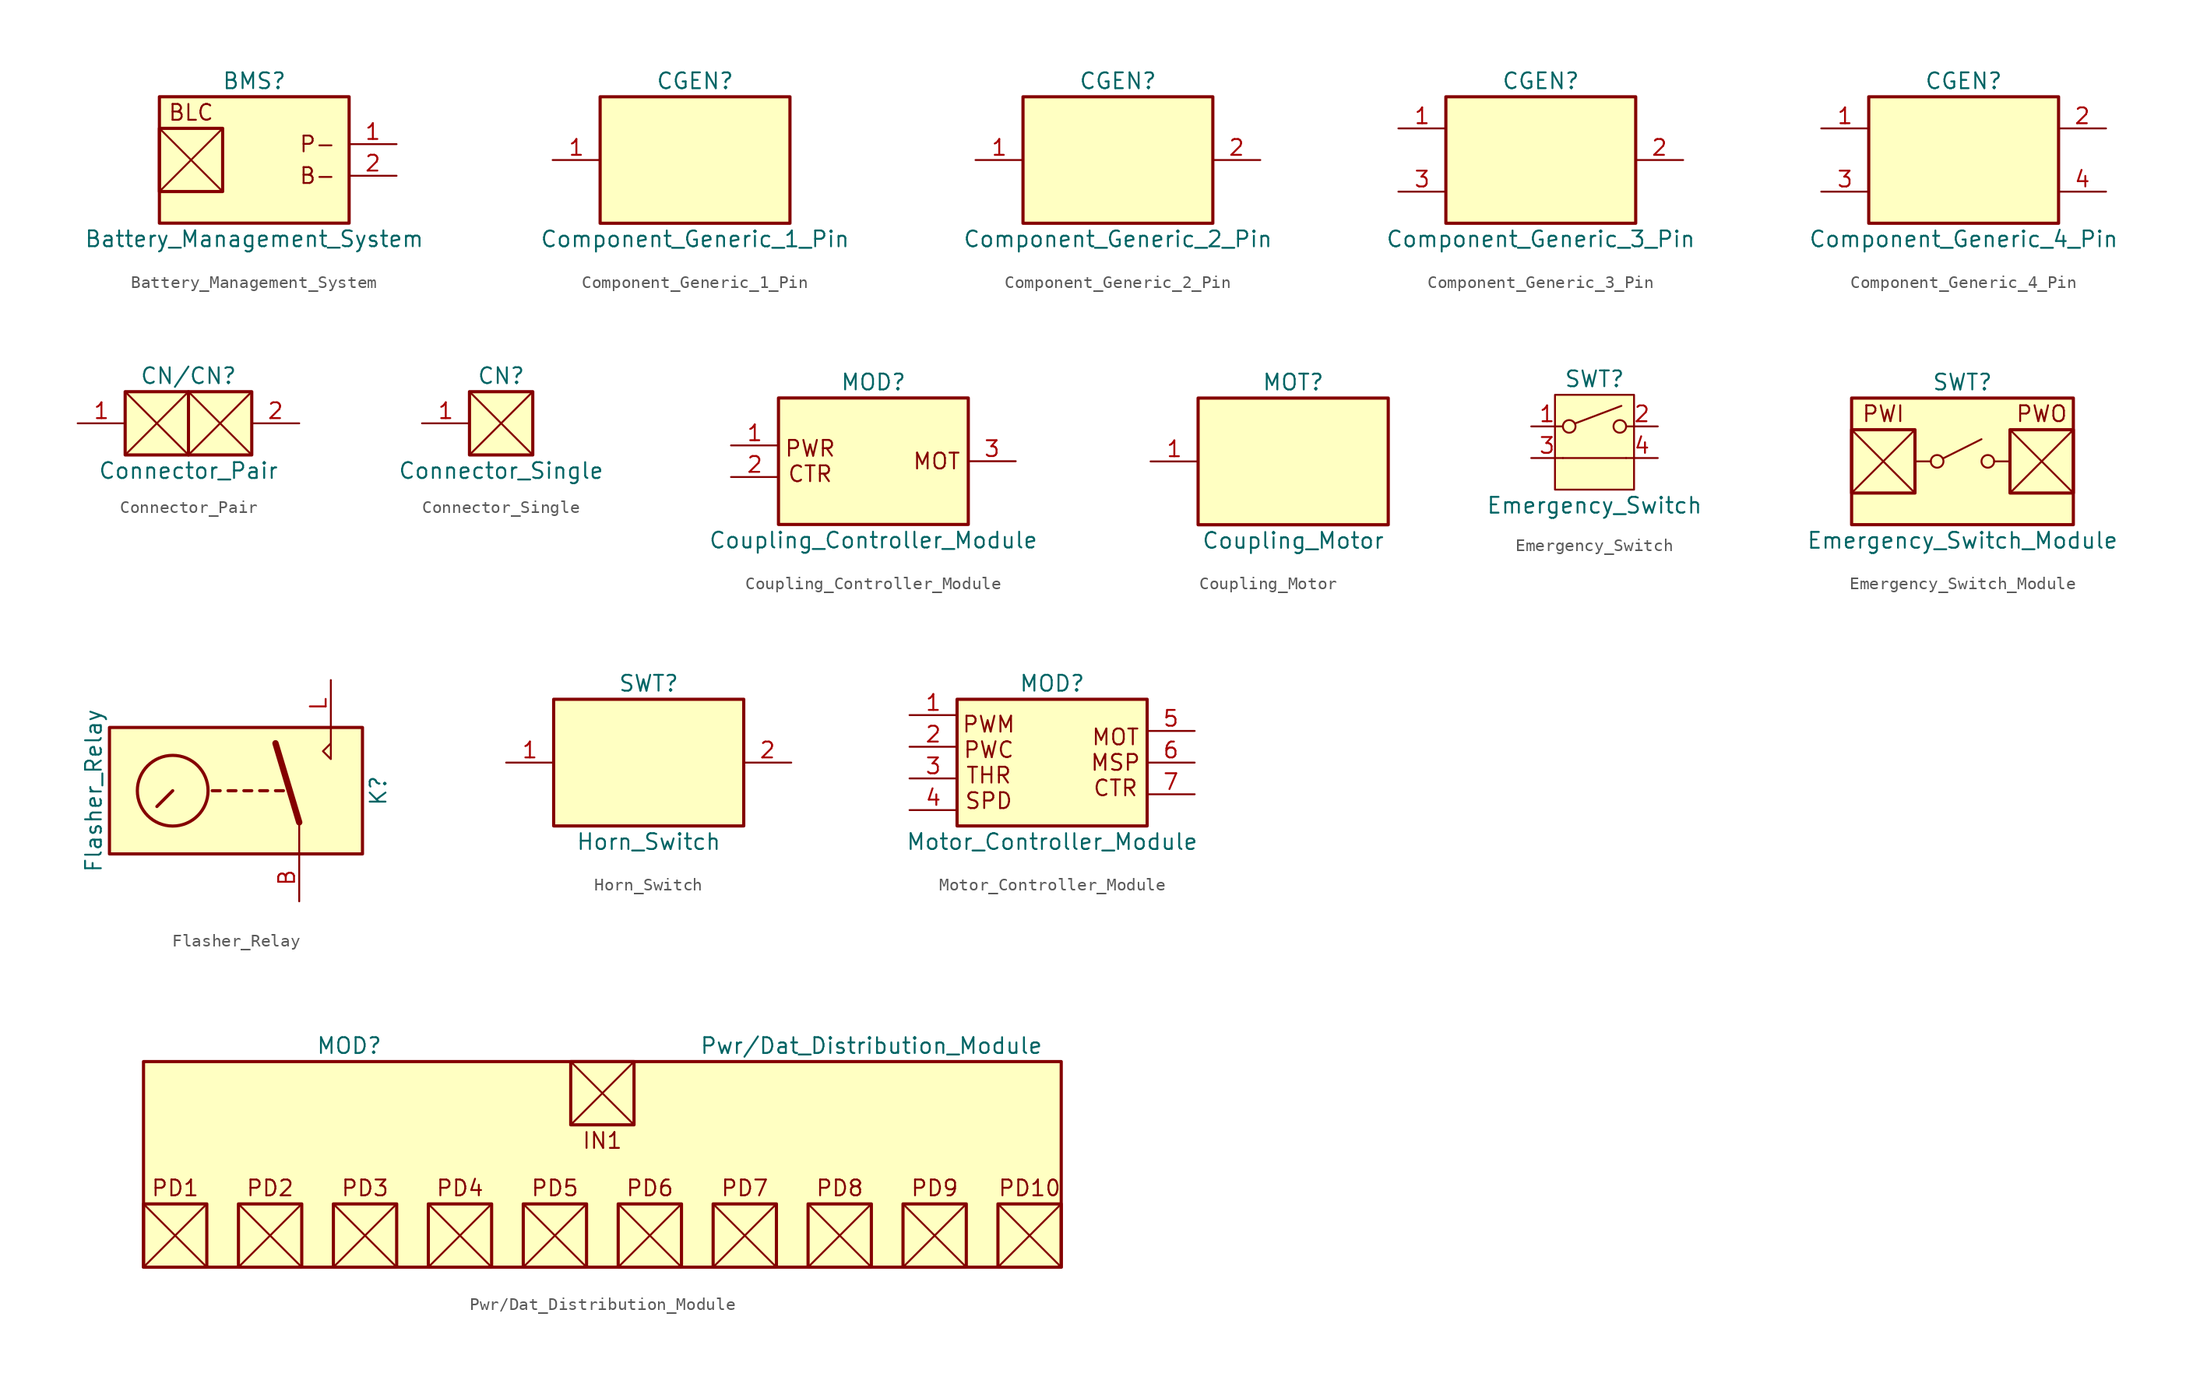
<source format=kicad_sym>
(kicad_symbol_lib
  (version 20241209)
  (generator "kicad_symbol_editor")
  (generator_version "9.0")
  (symbol "Battery_Management_System"
    (pin_names
      (offset 1.016)
      (hide yes))
    (property "Reference" "BMS"
      (at 0 6.35 0)
      (effects (font (size 1.27 1.27))))
    (property "Value" "Battery_Management_System"
      (at 0 -6.35 0)
      (effects (font (size 1.27 1.27))))
    (symbol "Battery_Management_System_0_1"
      (polyline (pts (xy -7.62 2.54) (xy -2.54 -2.54)) (stroke (width 0) (type default)) (fill (type none)))
      (polyline (pts (xy -2.54 2.54) (xy -7.62 -2.54)) (stroke (width 0) (type default)) (fill (type none))))
    (symbol "Battery_Management_System_1_0"
      (text "BLC" (at -5.08 3.81 0) (effects (font (size 1.27 1.27))))
      (text "P-" (at 5.08 1.27 0) (effects (font (size 1.27 1.27)))))
    (symbol "Battery_Management_System_1_1"
      (rectangle (start -7.62 5.08) (end 7.62 -5.08) (stroke (width 0.254) (type default)) (fill (type background)))
      (rectangle (start -7.62 2.54) (end -2.54 -2.54) (stroke (width 0.254) (type default)) (fill (type background)))
      (text "B-" (at 5.08 -1.27 0) (effects (font (size 1.27 1.27))))
      (pin passive line (at 11.43 1.27 180) (length 3.81) (name "Pin_1" (effects (font (size 1.27 1.27)))) (number "1" (effects (font (size 1.27 1.27)))))
      (pin passive line (at 11.43 -1.27 180) (length 3.81) (name "Pin_2" (effects (font (size 1.27 1.27)))) (number "2" (effects (font (size 1.27 1.27)))))))
  (symbol "Component_Generic_1_Pin"
    (pin_names
      (offset 1.016)
      (hide yes))
    (property "Reference" "CGEN"
      (at 0 6.35 0)
      (effects (font (size 1.27 1.27))))
    (property "Value" "Component_Generic_1_Pin"
      (at 0 -6.35 0)
      (effects (font (size 1.27 1.27))))
    (symbol "Component_Generic_1_Pin_1_1"
      (rectangle (start -7.62 5.08) (end 7.62 -5.08) (stroke (width 0.254) (type default)) (fill (type background)))
      (pin passive line (at -11.43 0 0) (length 3.81) (name "Pin_1" (effects (font (size 1.27 1.27)))) (number "1" (effects (font (size 1.27 1.27)))))))
  (symbol "Component_Generic_2_Pin"
    (pin_names
      (offset 1.016)
      (hide yes))
    (property "Reference" "CGEN"
      (at 0 6.35 0)
      (effects (font (size 1.27 1.27))))
    (property "Value" "Component_Generic_2_Pin"
      (at 0 -6.35 0)
      (effects (font (size 1.27 1.27))))
    (symbol "Component_Generic_2_Pin_1_1"
      (rectangle (start -7.62 5.08) (end 7.62 -5.08) (stroke (width 0.254) (type default)) (fill (type background)))
      (pin passive line (at -11.43 0 0) (length 3.81) (name "Pin_1" (effects (font (size 1.27 1.27)))) (number "1" (effects (font (size 1.27 1.27)))))
      (pin passive line (at 11.43 0 180) (length 3.81) (name "Pin_2" (effects (font (size 1.27 1.27)))) (number "2" (effects (font (size 1.27 1.27)))))))
  (symbol "Component_Generic_3_Pin"
    (pin_names
      (offset 1.016)
      (hide yes))
    (property "Reference" "CGEN"
      (at 0 6.35 0)
      (effects (font (size 1.27 1.27))))
    (property "Value" "Component_Generic_3_Pin"
      (at 0 -6.35 0)
      (effects (font (size 1.27 1.27))))
    (symbol "Component_Generic_3_Pin_1_1"
      (rectangle (start -7.62 5.08) (end 7.62 -5.08) (stroke (width 0.254) (type default)) (fill (type background)))
      (pin passive line (at -11.43 2.54 0) (length 3.81) (name "Pin_1" (effects (font (size 1.27 1.27)))) (number "1" (effects (font (size 1.27 1.27)))))
      (pin passive line (at -11.43 -2.54 0) (length 3.81) (name "Pin_3" (effects (font (size 1.27 1.27)))) (number "3" (effects (font (size 1.27 1.27)))))
      (pin passive line (at 11.43 0 180) (length 3.81) (name "Pin_2" (effects (font (size 1.27 1.27)))) (number "2" (effects (font (size 1.27 1.27)))))))
  (symbol "Component_Generic_4_Pin"
    (pin_names
      (offset 1.016)
      (hide yes))
    (property "Reference" "CGEN"
      (at 0 6.35 0)
      (effects (font (size 1.27 1.27))))
    (property "Value" "Component_Generic_4_Pin"
      (at 0 -6.35 0)
      (effects (font (size 1.27 1.27))))
    (symbol "Component_Generic_4_Pin_1_1"
      (rectangle (start -7.62 5.08) (end 7.62 -5.08) (stroke (width 0.254) (type default)) (fill (type background)))
      (pin passive line (at -11.43 2.54 0) (length 3.81) (name "Pin_1" (effects (font (size 1.27 1.27)))) (number "1" (effects (font (size 1.27 1.27)))))
      (pin passive line (at -11.43 -2.54 0) (length 3.81) (name "Pin_3" (effects (font (size 1.27 1.27)))) (number "3" (effects (font (size 1.27 1.27)))))
      (pin passive line (at 11.43 2.54 180) (length 3.81) (name "Pin_2" (effects (font (size 1.27 1.27)))) (number "2" (effects (font (size 1.27 1.27)))))
      (pin passive line (at 11.43 -2.54 180) (length 3.81) (name "Pin_4" (effects (font (size 1.27 1.27)))) (number "4" (effects (font (size 1.27 1.27)))))))
  (symbol "Connector_Pair"
    (pin_names
      (offset 1.016)
      (hide yes))
    (property "Reference" "CN/CN"
      (at 0 3.81 0)
      (effects (font (size 1.27 1.27))))
    (property "Value" "Connector_Pair"
      (at 0 -3.81 0)
      (effects (font (size 1.27 1.27))))
    (symbol "Connector_Pair_0_1"
      (polyline (pts (xy -5.08 2.54) (xy 0 -2.54)) (stroke (width 0) (type default)) (fill (type none)))
      (polyline (pts (xy 0 2.54) (xy -5.08 -2.54)) (stroke (width 0) (type default)) (fill (type none)))
      (polyline (pts (xy 0 -2.54) (xy 5.08 2.54)) (stroke (width 0) (type default)) (fill (type none)))
      (polyline (pts (xy 5.08 -2.54) (xy 0 2.54)) (stroke (width 0) (type default)) (fill (type none))))
    (symbol "Connector_Pair_1_1"
      (rectangle (start -5.08 2.54) (end 5.08 -2.54) (stroke (width 0.254) (type default)) (fill (type background)))
      (polyline (pts (xy 0 2.54) (xy 0 -2.54)) (stroke (width 0.254) (type default)) (fill (type none)))
      (pin passive line (at -8.89 0 0) (length 3.81) (name "Pin_1" (effects (font (size 1.27 1.27)))) (number "1" (effects (font (size 1.27 1.27)))))
      (pin passive line (at 8.89 0 180) (length 3.81) (name "Pin_2" (effects (font (size 1.27 1.27)))) (number "2" (effects (font (size 1.27 1.27)))))))
  (symbol "Connector_Single"
    (pin_names
      (offset 1.016)
      (hide yes))
    (property "Reference" "CN"
      (at 0 3.81 0)
      (effects (font (size 1.27 1.27))))
    (property "Value" "Connector_Single"
      (at 0 -3.81 0)
      (effects (font (size 1.27 1.27))))
    (symbol "Connector_Single_0_1"
      (polyline (pts (xy -2.54 2.54) (xy 2.54 -2.54)) (stroke (width 0) (type default)) (fill (type none)))
      (polyline (pts (xy 2.54 2.54) (xy -2.54 -2.54)) (stroke (width 0) (type default)) (fill (type none))))
    (symbol "Connector_Single_1_1"
      (rectangle (start -2.54 2.54) (end 2.54 -2.54) (stroke (width 0.254) (type default)) (fill (type background)))
      (pin passive line (at -6.35 0 0) (length 3.81) (name "Pin_1" (effects (font (size 1.27 1.27)))) (number "1" (effects (font (size 1.27 1.27)))))))
  (symbol "Coupling_Controller_Module"
    (pin_names
      (offset 1.016)
      (hide yes))
    (property "Reference" "MOD"
      (at 0 6.35 0)
      (effects (font (size 1.27 1.27))))
    (property "Value" "Coupling_Controller_Module"
      (at 0 -6.35 0)
      (effects (font (size 1.27 1.27))))
    (symbol "Coupling_Controller_Module_1_0"
      (text "MOT" (at 5.08 0 0) (effects (font (size 1.27 1.27)))))
    (symbol "Coupling_Controller_Module_1_1"
      (rectangle (start -7.62 5.08) (end 7.62 -5.08) (stroke (width 0.254) (type default)) (fill (type background)))
      (text "PWR\nCTR" (at -5.08 0 0) (effects (font (size 1.27 1.27))))
      (pin passive line (at -11.43 1.27 0) (length 3.81) (name "Pin_1" (effects (font (size 1.27 1.27)))) (number "1" (effects (font (size 1.27 1.27)))))
      (pin passive line (at -11.43 -1.27 0) (length 3.81) (name "Pin_2" (effects (font (size 1.27 1.27)))) (number "2" (effects (font (size 1.27 1.27)))))
      (pin passive line (at 11.43 0 180) (length 3.81) (name "Pin_3" (effects (font (size 1.27 1.27)))) (number "3" (effects (font (size 1.27 1.27)))))))
  (symbol "Coupling_Motor"
    (pin_names
      (offset 1.016)
      (hide yes))
    (property "Reference" "MOT"
      (at 0 6.35 0)
      (effects (font (size 1.27 1.27))))
    (property "Value" "Coupling_Motor"
      (at 0 -6.35 0)
      (effects (font (size 1.27 1.27))))
    (symbol "Coupling_Motor_1_1"
      (rectangle (start -7.62 5.08) (end 7.62 -5.08) (stroke (width 0.254) (type default)) (fill (type background)))
      (pin passive line (at -11.43 0 0) (length 3.81) (name "Pin_1" (effects (font (size 1.27 1.27)))) (number "1" (effects (font (size 1.27 1.27)))))))
  (symbol "Emergency_Switch"
    (pin_names
      (offset 1.016)
      (hide yes))
    (property "Reference" "SWT"
      (at 0 5.08 0)
      (effects (font (size 1.27 1.27))))
    (property "Value" "Emergency_Switch"
      (at 0 -5.08 0)
      (effects (font (size 1.27 1.27))))
    (symbol "Emergency_Switch_0_1"
      (circle (center -2.032 1.27) (radius 0.508) (stroke (width 0) (type default)) (fill (type none)))
      (polyline (pts (xy -1.524 1.524) (xy 2.159 2.921)) (stroke (width 0) (type default)) (fill (type none)))
      (circle (center 2.032 1.27) (radius 0.508) (stroke (width 0) (type default)) (fill (type none)))
      (polyline (pts (xy 2.54 -1.27) (xy -2.54 -1.27)) (stroke (width 0) (type default)) (fill (type none)))
      (pin passive line (at -5.08 1.27 0) (length 2.54) (name "1" (effects (font (size 1.27 1.27)))) (number "1" (effects (font (size 1.27 1.27)))))
      (pin passive line (at -5.08 -1.27 0) (length 2.54) (name "L" (effects (font (size 1.27 1.27)))) (number "3" (effects (font (size 1.27 1.27)))))
      (pin passive line (at 5.08 1.27 180) (length 2.54) (name "2" (effects (font (size 1.27 1.27)))) (number "2" (effects (font (size 1.27 1.27)))))
      (pin passive line (at 5.08 -1.27 180) (length 2.54) (name "L" (effects (font (size 1.27 1.27)))) (number "4" (effects (font (size 1.27 1.27))))))
    (symbol "Emergency_Switch_1_1"
      (rectangle (start -3.175 3.81) (end 3.175 -3.81) (stroke (width 0) (type default)) (fill (type background)))))
  (symbol "Emergency_Switch_Module"
    (pin_names
      (offset 1.016)
      (hide yes))
    (property "Reference" "SWT"
      (at 0 6.35 0)
      (effects (font (size 1.27 1.27))))
    (property "Value" "Emergency_Switch_Module"
      (at 0 -6.35 0)
      (effects (font (size 1.27 1.27))))
    (symbol "Emergency_Switch_Module_0_0"
      (polyline (pts (xy -3.81 0) (xy -2.54 0)) (stroke (width 0) (type default)) (fill (type none)))
      (circle (center -2.032 0) (radius 0.508) (stroke (width 0) (type default)) (fill (type none)))
      (polyline (pts (xy -1.524 0.254) (xy 1.524 1.778)) (stroke (width 0) (type default)) (fill (type none)))
      (circle (center 2.032 0) (radius 0.508) (stroke (width 0) (type default)) (fill (type none)))
      (polyline (pts (xy 2.54 0) (xy 3.81 0)) (stroke (width 0) (type default)) (fill (type none))))
    (symbol "Emergency_Switch_Module_0_1"
      (polyline (pts (xy -8.89 2.54) (xy -3.81 -2.54)) (stroke (width 0) (type default)) (fill (type none)))
      (polyline (pts (xy -3.81 2.54) (xy -8.89 -2.54)) (stroke (width 0) (type default)) (fill (type none)))
      (polyline (pts (xy 3.81 2.54) (xy 8.89 -2.54)) (stroke (width 0) (type default)) (fill (type none)))
      (polyline (pts (xy 8.89 2.54) (xy 3.81 -2.54)) (stroke (width 0) (type default)) (fill (type none))))
    (symbol "Emergency_Switch_Module_1_0"
      (text "PWI" (at -6.35 3.81 0) (effects (font (size 1.27 1.27))))
      (text "PWO" (at 6.35 3.81 0) (effects (font (size 1.27 1.27)))))
    (symbol "Emergency_Switch_Module_1_1"
      (rectangle (start -8.89 5.08) (end 8.89 -5.08) (stroke (width 0.254) (type default)) (fill (type background)))
      (rectangle (start -8.89 2.54) (end -3.81 -2.54) (stroke (width 0.254) (type default)) (fill (type background)))
      (rectangle (start 3.81 2.54) (end 8.89 -2.54) (stroke (width 0.254) (type default)) (fill (type background)))))
  (symbol "Flasher_Relay"
    (pin_names
      (offset 1.016)
      (hide yes))
    (property "Reference" "K"
      (at 11.43 0 90)
      (effects (font (size 1.27 1.27))))
    (property "Value" "Flasher_Relay"
      (at -11.43 0 90)
      (effects (font (size 1.27 1.27))))
    (symbol "Flasher_Relay_0_0"
      (polyline (pts (xy 7.62 5.08) (xy 7.62 2.54) (xy 6.985 3.175) (xy 7.62 3.81)) (stroke (width 0) (type default)) (fill (type none))))
    (symbol "Flasher_Relay_0_1"
      (rectangle (start -10.16 5.08) (end 10.16 -5.08) (stroke (width 0.254) (type default)) (fill (type background)))
      (polyline (pts (xy -6.35 -1.27) (xy -5.08 0)) (stroke (width 0.254) (type default)) (fill (type none)))
      (polyline (pts (xy -1.905 0) (xy -1.27 0)) (stroke (width 0.254) (type default)) (fill (type none)))
      (polyline (pts (xy -0.635 0) (xy 0 0)) (stroke (width 0.254) (type default)) (fill (type none)))
      (polyline (pts (xy 0.635 0) (xy 1.27 0)) (stroke (width 0.254) (type default)) (fill (type none)))
      (polyline (pts (xy 1.905 0) (xy 2.54 0)) (stroke (width 0.254) (type default)) (fill (type none)))
      (polyline (pts (xy 3.175 0) (xy 3.81 0)) (stroke (width 0.254) (type default)) (fill (type none)))
      (polyline (pts (xy 5.08 -2.54) (xy 3.175 3.81)) (stroke (width 0.508) (type default)) (fill (type none)))
      (polyline (pts (xy 5.08 -2.54) (xy 5.08 -5.08)) (stroke (width 0) (type default)) (fill (type none))))
    (symbol "Flasher_Relay_1_1"
      (circle (center -5.08 0) (radius 2.84) (stroke (width 0.254) (type solid)) (fill (type none)))
      (pin passive line (at 5.08 -8.89 90) (length 3.81) (name "B" (effects (font (size 1.27 1.27)))) (number "B" (effects (font (size 1.27 1.27)))))
      (pin passive line (at 7.62 8.89 270) (length 3.81) (name "L" (effects (font (size 1.27 1.27)))) (number "L" (effects (font (size 1.27 1.27)))))))
  (symbol "Horn_Switch"
    (pin_names
      (offset 1.016)
      (hide yes))
    (property "Reference" "SWT"
      (at 0 6.35 0)
      (effects (font (size 1.27 1.27))))
    (property "Value" "Horn_Switch"
      (at 0 -6.35 0)
      (effects (font (size 1.27 1.27))))
    (symbol "Horn_Switch_1_1"
      (rectangle (start -7.62 5.08) (end 7.62 -5.08) (stroke (width 0.254) (type default)) (fill (type background)))
      (pin passive line (at -11.43 0 0) (length 3.81) (name "Pin_1" (effects (font (size 1.27 1.27)))) (number "1" (effects (font (size 1.27 1.27)))))
      (pin passive line (at 11.43 0 180) (length 3.81) (name "Pin_2" (effects (font (size 1.27 1.27)))) (number "2" (effects (font (size 1.27 1.27)))))))
  (symbol "Motor_Controller_Module"
    (pin_names
      (offset 1.016)
      (hide yes))
    (property "Reference" "MOD"
      (at 0 6.35 0)
      (effects (font (size 1.27 1.27))))
    (property "Value" "Motor_Controller_Module"
      (at 0 -6.35 0)
      (effects (font (size 1.27 1.27))))
    (symbol "Motor_Controller_Module_1_0"
      (text "MOT\nMSP\nCTR" (at 5.08 0 0) (effects (font (size 1.27 1.27)))))
    (symbol "Motor_Controller_Module_1_1"
      (rectangle (start -7.62 5.08) (end 7.62 -5.08) (stroke (width 0.254) (type default)) (fill (type background)))
      (text "PWM\nPWC\nTHR\nSPD" (at -5.08 0 0) (effects (font (size 1.27 1.27))))
      (pin passive line (at -11.43 3.81 0) (length 3.81) (name "Pin_1" (effects (font (size 1.27 1.27)))) (number "1" (effects (font (size 1.27 1.27)))))
      (pin passive line (at -11.43 1.27 0) (length 3.81) (name "Pin_2" (effects (font (size 1.27 1.27)))) (number "2" (effects (font (size 1.27 1.27)))))
      (pin passive line (at -11.43 -1.27 0) (length 3.81) (name "Pin_3" (effects (font (size 1.27 1.27)))) (number "3" (effects (font (size 1.27 1.27)))))
      (pin passive line (at -11.43 -3.81 0) (length 3.81) (name "Pin_4" (effects (font (size 1.27 1.27)))) (number "4" (effects (font (size 1.27 1.27)))))
      (pin passive line (at 11.43 2.54 180) (length 3.81) (name "Pin_5" (effects (font (size 1.27 1.27)))) (number "5" (effects (font (size 1.27 1.27)))))
      (pin passive line (at 11.43 0 180) (length 3.81) (name "Pin_6" (effects (font (size 1.27 1.27)))) (number "6" (effects (font (size 1.27 1.27)))))
      (pin passive line (at 11.43 -2.54 180) (length 3.81) (name "Pin_7" (effects (font (size 1.27 1.27)))) (number "7" (effects (font (size 1.27 1.27)))))))
  (symbol "Pwr/Dat_Distribution_Module"
    (pin_names
      (offset 1.016)
      (hide yes))
    (property "Reference" "MOD"
      (at -20.32 12.7 0)
      (effects (font (size 1.27 1.27))))
    (property "Value" "Pwr/Dat_Distribution_Module"
      (at 21.59 12.7 0)
      (effects (font (size 1.27 1.27))))
    (symbol "Pwr/Dat_Distribution_Module_0_1"
      (polyline (pts (xy -36.83 0) (xy -31.75 -5.08)) (stroke (width 0) (type default)) (fill (type none)))
      (polyline (pts (xy -31.75 0) (xy -36.83 -5.08)) (stroke (width 0) (type default)) (fill (type none)))
      (polyline (pts (xy -29.21 0) (xy -24.13 -5.08)) (stroke (width 0) (type default)) (fill (type none)))
      (polyline (pts (xy -24.13 0) (xy -29.21 -5.08)) (stroke (width 0) (type default)) (fill (type none)))
      (polyline (pts (xy -21.59 0) (xy -16.51 -5.08)) (stroke (width 0) (type default)) (fill (type none)))
      (polyline (pts (xy -16.51 0) (xy -21.59 -5.08)) (stroke (width 0) (type default)) (fill (type none)))
      (polyline (pts (xy -13.97 0) (xy -8.89 -5.08)) (stroke (width 0) (type default)) (fill (type none)))
      (polyline (pts (xy -8.89 0) (xy -13.97 -5.08)) (stroke (width 0) (type default)) (fill (type none)))
      (polyline (pts (xy -6.35 0) (xy -1.27 -5.08)) (stroke (width 0) (type default)) (fill (type none)))
      (polyline (pts (xy -2.54 11.43) (xy 2.54 6.35)) (stroke (width 0) (type default)) (fill (type none)))
      (polyline (pts (xy -1.27 0) (xy -6.35 -5.08)) (stroke (width 0) (type default)) (fill (type none)))
      (polyline (pts (xy 1.27 0) (xy 6.35 -5.08)) (stroke (width 0) (type default)) (fill (type none)))
      (polyline (pts (xy 2.54 11.43) (xy -2.54 6.35)) (stroke (width 0) (type default)) (fill (type none)))
      (polyline (pts (xy 6.35 0) (xy 1.27 -5.08)) (stroke (width 0) (type default)) (fill (type none)))
      (polyline (pts (xy 8.89 0) (xy 13.97 -5.08)) (stroke (width 0) (type default)) (fill (type none)))
      (polyline (pts (xy 13.97 0) (xy 8.89 -5.08)) (stroke (width 0) (type default)) (fill (type none)))
      (polyline (pts (xy 16.51 0) (xy 21.59 -5.08)) (stroke (width 0) (type default)) (fill (type none)))
      (polyline (pts (xy 21.59 0) (xy 16.51 -5.08)) (stroke (width 0) (type default)) (fill (type none)))
      (polyline (pts (xy 24.13 0) (xy 29.21 -5.08)) (stroke (width 0) (type default)) (fill (type none)))
      (polyline (pts (xy 29.21 0) (xy 24.13 -5.08)) (stroke (width 0) (type default)) (fill (type none)))
      (polyline (pts (xy 31.75 0) (xy 36.83 -5.08)) (stroke (width 0) (type default)) (fill (type none)))
      (polyline (pts (xy 36.83 0) (xy 31.75 -5.08)) (stroke (width 0) (type default)) (fill (type none))))
    (symbol "Pwr/Dat_Distribution_Module_1_0"
      (text "PD1" (at -34.29 1.27 0) (effects (font (size 1.27 1.27))))
      (text "PD2" (at -26.67 1.27 0) (effects (font (size 1.27 1.27))))
      (text "PD3" (at -19.05 1.27 0) (effects (font (size 1.27 1.27))))
      (text "PD4" (at -11.43 1.27 0) (effects (font (size 1.27 1.27))))
      (text "PD5" (at -3.81 1.27 0) (effects (font (size 1.27 1.27))))
      (text "IN1" (at 0 5.08 0) (effects (font (size 1.27 1.27))))
      (text "PD6" (at 3.81 1.27 0) (effects (font (size 1.27 1.27))))
      (text "PD7" (at 11.43 1.27 0) (effects (font (size 1.27 1.27))))
      (text "PD8" (at 19.05 1.27 0) (effects (font (size 1.27 1.27))))
      (text "PD9" (at 26.67 1.27 0) (effects (font (size 1.27 1.27))))
      (text "PD10" (at 34.29 1.27 0) (effects (font (size 1.27 1.27)))))
    (symbol "Pwr/Dat_Distribution_Module_1_1"
      (rectangle (start -36.83 11.43) (end 36.83 -5.08) (stroke (width 0.254) (type default)) (fill (type background)))
      (rectangle (start -36.83 0) (end -31.75 -5.08) (stroke (width 0.254) (type default)) (fill (type background)))
      (rectangle (start -29.21 0) (end -24.13 -5.08) (stroke (width 0.254) (type default)) (fill (type background)))
      (rectangle (start -21.59 0) (end -16.51 -5.08) (stroke (width 0.254) (type default)) (fill (type background)))
      (rectangle (start -13.97 0) (end -8.89 -5.08) (stroke (width 0.254) (type default)) (fill (type background)))
      (rectangle (start -6.35 0) (end -1.27 -5.08) (stroke (width 0.254) (type default)) (fill (type background)))
      (rectangle (start -2.54 11.43) (end 2.54 6.35) (stroke (width 0.254) (type default)) (fill (type background)))
      (rectangle (start 1.27 0) (end 6.35 -5.08) (stroke (width 0.254) (type default)) (fill (type background)))
      (rectangle (start 8.89 0) (end 13.97 -5.08) (stroke (width 0.254) (type default)) (fill (type background)))
      (rectangle (start 16.51 0) (end 21.59 -5.08) (stroke (width 0.254) (type default)) (fill (type background)))
      (rectangle (start 24.13 0) (end 29.21 -5.08) (stroke (width 0.254) (type default)) (fill (type background)))
      (rectangle (start 31.75 0) (end 36.83 -5.08) (stroke (width 0.254) (type default)) (fill (type background))))))
</source>
